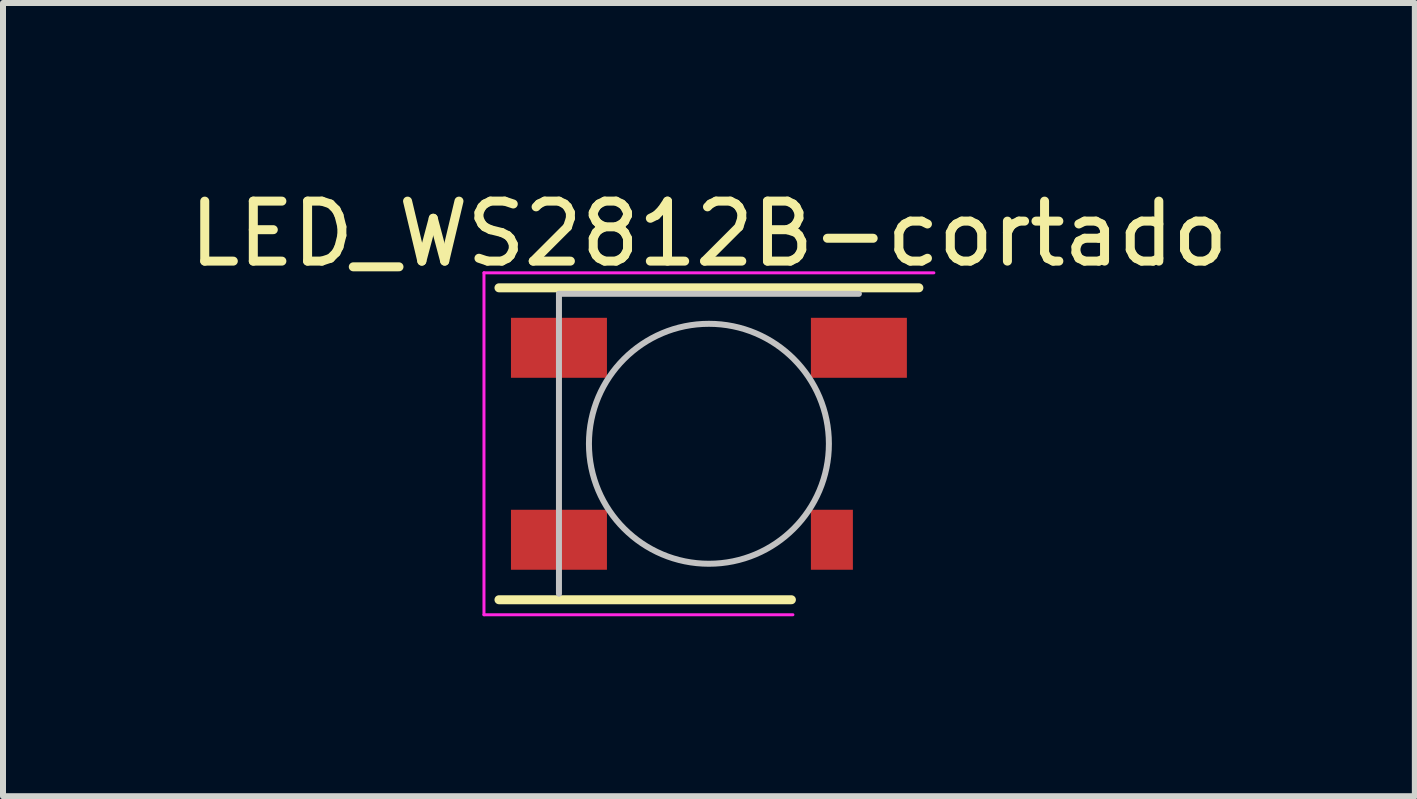
<source format=kicad_pcb>
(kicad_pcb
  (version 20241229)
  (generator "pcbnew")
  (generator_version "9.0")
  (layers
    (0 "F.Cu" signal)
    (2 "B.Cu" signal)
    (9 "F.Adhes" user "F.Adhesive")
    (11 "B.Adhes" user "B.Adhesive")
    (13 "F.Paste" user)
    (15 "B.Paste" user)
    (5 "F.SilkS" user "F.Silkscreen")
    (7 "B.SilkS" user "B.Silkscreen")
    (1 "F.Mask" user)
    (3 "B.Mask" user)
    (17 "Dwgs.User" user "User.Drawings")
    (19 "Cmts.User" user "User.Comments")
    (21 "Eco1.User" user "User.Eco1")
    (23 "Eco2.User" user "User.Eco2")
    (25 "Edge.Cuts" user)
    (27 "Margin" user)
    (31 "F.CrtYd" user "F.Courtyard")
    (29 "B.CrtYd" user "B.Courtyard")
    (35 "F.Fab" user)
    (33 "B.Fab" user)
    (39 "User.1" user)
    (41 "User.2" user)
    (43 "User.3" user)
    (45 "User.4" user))
  (footprint "LED_WS2812B-cortado"
    (layer "F.Cu")
    (at 8.768 4.348)
    (property "Reference" "LED_WS2812B-cortado" (at 0 -3.5 0) (layer "F.SilkS") (effects (font (size 1 1) (thickness 0.15))))
    (attr smd)
    (fp_line (start -3.5 -2.6) (end 3.5 -2.6) (stroke (width 0.15) (type solid)) (layer "F.SilkS"))
    (fp_line (start -3.5 2.6) (end 1.375 2.6) (stroke (width 0.15) (type solid)) (layer "F.SilkS"))
    (fp_line (start -2.5 -2.5) (end -2.5 2.5) (stroke (width 0.1) (type solid)) (layer "Dwgs.User"))
    (fp_line (start 2.5 -2.5) (end -2.5 -2.5) (stroke (width 0.1) (type solid)) (layer "Dwgs.User"))
    (fp_circle (center 0 0) (end 0 -2) (stroke (width 0.1) (type solid)) (fill no) (layer "Dwgs.User"))
    (fp_line (start -3.75 -2.85) (end -3.75 2.85) (stroke (width 0.05) (type solid)) (layer "F.CrtYd"))
    (fp_line (start -3.75 2.85) (end 1.4 2.85) (stroke (width 0.05) (type solid)) (layer "F.CrtYd"))
    (fp_line (start 3.75 -2.85) (end -3.75 -2.85) (stroke (width 0.05) (type solid)) (layer "F.CrtYd"))
    (pad "1" smd rect (at -2.5 -1.6) (size 1.6 1) (layers "F.Cu" "F.Mask" "F.Paste"))
    (pad "2" smd rect (at -2.5 1.6) (size 1.6 1) (layers "F.Cu" "F.Mask" "F.Paste"))
    (pad "3" smd rect (at 2.05 1.6) (size 0.7 1) (layers "F.Cu" "F.Mask" "F.Paste"))
    (pad "4" smd rect (at 2.5 -1.6) (size 1.6 1) (layers "F.Cu" "F.Mask" "F.Paste")))
  (gr_rect
    (start -3 -3)
    (end 20.536 10.223)
    (stroke (width 0.1) (type default))
    (fill no)
    (layer "Edge.Cuts")))
</source>
